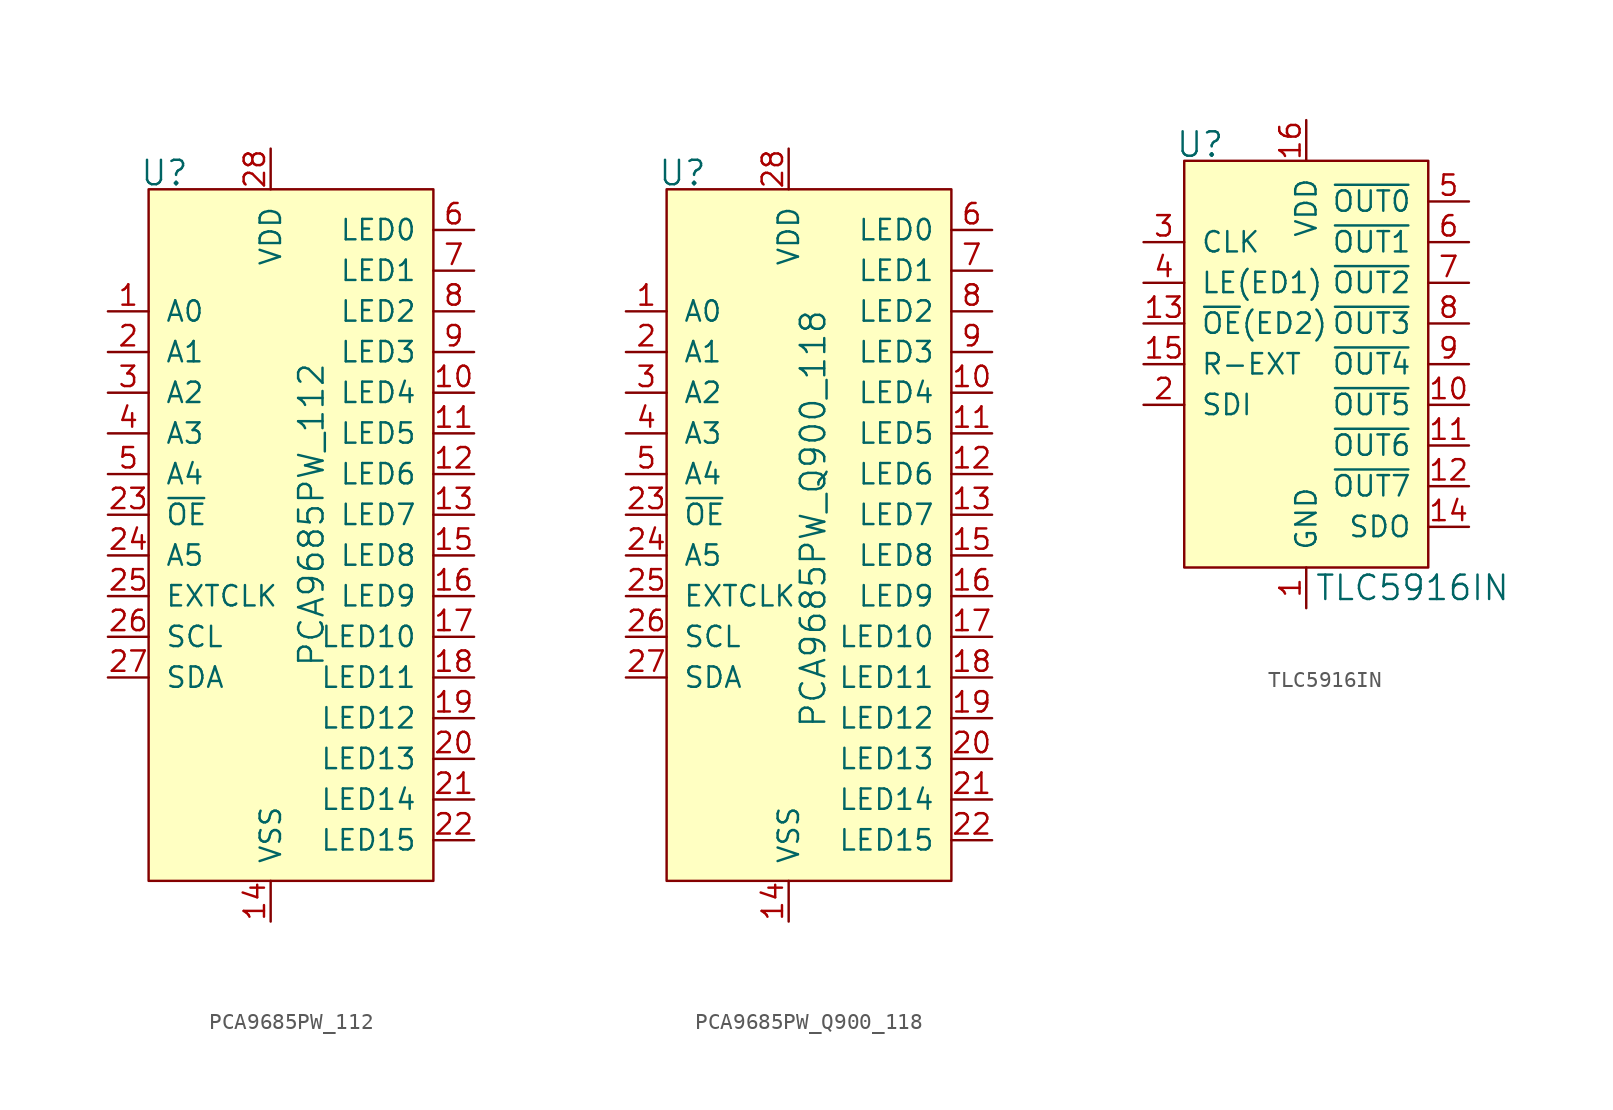
<source format=kicad_sym>
(kicad_symbol_lib
  (version 20201005)
  (generator kicad_symbol_editor)
  (symbol "PCA9685PW_112"
    (pin_names
      (offset 1.016))
    (property "Reference" "U"
      (at -7.62 21.336 0)
      (effects (font (size 1.524 1.524)) (justify right)))
    (property "Value" "PCA9685PW_112"
      (at 0 0 90)
      (effects (font (size 1.524 1.524))))
    (symbol "PCA9685PW_112_0_1"
      (rectangle (start -10.16 20.32) (end 7.62 -22.86) (stroke (width 0)) (fill (type background))))
    (symbol "PCA9685PW_112_1_1"
      (pin input line (at -12.7 12.7 0) (length 2.54) (name "A0" (effects (font (size 1.27 1.27)))) (number "1" (effects (font (size 1.27 1.27)))))
      (pin input line (at -12.7 10.16 0) (length 2.54) (name "A1" (effects (font (size 1.27 1.27)))) (number "2" (effects (font (size 1.27 1.27)))))
      (pin input line (at -12.7 7.62 0) (length 2.54) (name "A2" (effects (font (size 1.27 1.27)))) (number "3" (effects (font (size 1.27 1.27)))))
      (pin input line (at -12.7 5.08 0) (length 2.54) (name "A3" (effects (font (size 1.27 1.27)))) (number "4" (effects (font (size 1.27 1.27)))))
      (pin input line (at -12.7 2.54 0) (length 2.54) (name "A4" (effects (font (size 1.27 1.27)))) (number "5" (effects (font (size 1.27 1.27)))))
      (pin power_out line (at 10.16 17.78 180) (length 2.54) (name "LED0" (effects (font (size 1.27 1.27)))) (number "6" (effects (font (size 1.27 1.27)))))
      (pin power_out line (at 10.16 15.24 180) (length 2.54) (name "LED1" (effects (font (size 1.27 1.27)))) (number "7" (effects (font (size 1.27 1.27)))))
      (pin power_out line (at 10.16 12.7 180) (length 2.54) (name "LED2" (effects (font (size 1.27 1.27)))) (number "8" (effects (font (size 1.27 1.27)))))
      (pin power_out line (at 10.16 10.16 180) (length 2.54) (name "LED3" (effects (font (size 1.27 1.27)))) (number "9" (effects (font (size 1.27 1.27)))))
      (pin power_out line (at 10.16 7.62 180) (length 2.54) (name "LED4" (effects (font (size 1.27 1.27)))) (number "10" (effects (font (size 1.27 1.27)))))
      (pin power_out line (at 10.16 -15.24 180) (length 2.54) (name "LED13" (effects (font (size 1.27 1.27)))) (number "20" (effects (font (size 1.27 1.27)))))
      (pin power_out line (at 10.16 5.08 180) (length 2.54) (name "LED5" (effects (font (size 1.27 1.27)))) (number "11" (effects (font (size 1.27 1.27)))))
      (pin power_out line (at 10.16 -17.78 180) (length 2.54) (name "LED14" (effects (font (size 1.27 1.27)))) (number "21" (effects (font (size 1.27 1.27)))))
      (pin power_out line (at 10.16 2.54 180) (length 2.54) (name "LED6" (effects (font (size 1.27 1.27)))) (number "12" (effects (font (size 1.27 1.27)))))
      (pin power_out line (at 10.16 -20.32 180) (length 2.54) (name "LED15" (effects (font (size 1.27 1.27)))) (number "22" (effects (font (size 1.27 1.27)))))
      (pin power_out line (at 10.16 0 180) (length 2.54) (name "LED7" (effects (font (size 1.27 1.27)))) (number "13" (effects (font (size 1.27 1.27)))))
      (pin input line (at -12.7 0 0) (length 2.54) (name "~OE" (effects (font (size 1.27 1.27)))) (number "23" (effects (font (size 1.27 1.27)))))
      (pin power_in line (at -2.54 -25.4 90) (length 2.54) (name "VSS" (effects (font (size 1.27 1.27)))) (number "14" (effects (font (size 1.27 1.27)))))
      (pin input line (at -12.7 -2.54 0) (length 2.54) (name "A5" (effects (font (size 1.27 1.27)))) (number "24" (effects (font (size 1.27 1.27)))))
      (pin power_out line (at 10.16 -2.54 180) (length 2.54) (name "LED8" (effects (font (size 1.27 1.27)))) (number "15" (effects (font (size 1.27 1.27)))))
      (pin input line (at -12.7 -5.08 0) (length 2.54) (name "EXTCLK" (effects (font (size 1.27 1.27)))) (number "25" (effects (font (size 1.27 1.27)))))
      (pin power_out line (at 10.16 -5.08 180) (length 2.54) (name "LED9" (effects (font (size 1.27 1.27)))) (number "16" (effects (font (size 1.27 1.27)))))
      (pin input line (at -12.7 -7.62 0) (length 2.54) (name "SCL" (effects (font (size 1.27 1.27)))) (number "26" (effects (font (size 1.27 1.27)))))
      (pin power_out line (at 10.16 -7.62 180) (length 2.54) (name "LED10" (effects (font (size 1.27 1.27)))) (number "17" (effects (font (size 1.27 1.27)))))
      (pin bidirectional line (at -12.7 -10.16 0) (length 2.54) (name "SDA" (effects (font (size 1.27 1.27)))) (number "27" (effects (font (size 1.27 1.27)))))
      (pin power_out line (at 10.16 -10.16 180) (length 2.54) (name "LED11" (effects (font (size 1.27 1.27)))) (number "18" (effects (font (size 1.27 1.27)))))
      (pin power_in line (at -2.54 22.86 270) (length 2.54) (name "VDD" (effects (font (size 1.27 1.27)))) (number "28" (effects (font (size 1.27 1.27)))))
      (pin power_out line (at 10.16 -12.7 180) (length 2.54) (name "LED12" (effects (font (size 1.27 1.27)))) (number "19" (effects (font (size 1.27 1.27)))))))
  (symbol "PCA9685PW_Q900_118"
    (pin_names
      (offset 1.016))
    (property "Reference" "U"
      (at -7.62 21.336 0)
      (effects (font (size 1.524 1.524)) (justify right)))
    (property "Value" "PCA9685PW_Q900_118"
      (at -1.016 -0.254 90)
      (effects (font (size 1.524 1.524))))
    (symbol "PCA9685PW_Q900_118_0_1"
      (rectangle (start -10.16 20.32) (end 7.62 -22.86) (stroke (width 0)) (fill (type background))))
    (symbol "PCA9685PW_Q900_118_1_1"
      (pin input line (at -12.7 12.7 0) (length 2.54) (name "A0" (effects (font (size 1.27 1.27)))) (number "1" (effects (font (size 1.27 1.27)))))
      (pin input line (at -12.7 10.16 0) (length 2.54) (name "A1" (effects (font (size 1.27 1.27)))) (number "2" (effects (font (size 1.27 1.27)))))
      (pin input line (at -12.7 7.62 0) (length 2.54) (name "A2" (effects (font (size 1.27 1.27)))) (number "3" (effects (font (size 1.27 1.27)))))
      (pin input line (at -12.7 5.08 0) (length 2.54) (name "A3" (effects (font (size 1.27 1.27)))) (number "4" (effects (font (size 1.27 1.27)))))
      (pin input line (at -12.7 2.54 0) (length 2.54) (name "A4" (effects (font (size 1.27 1.27)))) (number "5" (effects (font (size 1.27 1.27)))))
      (pin power_out line (at 10.16 17.78 180) (length 2.54) (name "LED0" (effects (font (size 1.27 1.27)))) (number "6" (effects (font (size 1.27 1.27)))))
      (pin power_out line (at 10.16 15.24 180) (length 2.54) (name "LED1" (effects (font (size 1.27 1.27)))) (number "7" (effects (font (size 1.27 1.27)))))
      (pin power_out line (at 10.16 12.7 180) (length 2.54) (name "LED2" (effects (font (size 1.27 1.27)))) (number "8" (effects (font (size 1.27 1.27)))))
      (pin power_out line (at 10.16 10.16 180) (length 2.54) (name "LED3" (effects (font (size 1.27 1.27)))) (number "9" (effects (font (size 1.27 1.27)))))
      (pin power_out line (at 10.16 7.62 180) (length 2.54) (name "LED4" (effects (font (size 1.27 1.27)))) (number "10" (effects (font (size 1.27 1.27)))))
      (pin power_out line (at 10.16 -15.24 180) (length 2.54) (name "LED13" (effects (font (size 1.27 1.27)))) (number "20" (effects (font (size 1.27 1.27)))))
      (pin power_out line (at 10.16 5.08 180) (length 2.54) (name "LED5" (effects (font (size 1.27 1.27)))) (number "11" (effects (font (size 1.27 1.27)))))
      (pin power_out line (at 10.16 -17.78 180) (length 2.54) (name "LED14" (effects (font (size 1.27 1.27)))) (number "21" (effects (font (size 1.27 1.27)))))
      (pin power_out line (at 10.16 2.54 180) (length 2.54) (name "LED6" (effects (font (size 1.27 1.27)))) (number "12" (effects (font (size 1.27 1.27)))))
      (pin power_out line (at 10.16 -20.32 180) (length 2.54) (name "LED15" (effects (font (size 1.27 1.27)))) (number "22" (effects (font (size 1.27 1.27)))))
      (pin power_out line (at 10.16 0 180) (length 2.54) (name "LED7" (effects (font (size 1.27 1.27)))) (number "13" (effects (font (size 1.27 1.27)))))
      (pin input line (at -12.7 0 0) (length 2.54) (name "~OE" (effects (font (size 1.27 1.27)))) (number "23" (effects (font (size 1.27 1.27)))))
      (pin power_in line (at -2.54 -25.4 90) (length 2.54) (name "VSS" (effects (font (size 1.27 1.27)))) (number "14" (effects (font (size 1.27 1.27)))))
      (pin input line (at -12.7 -2.54 0) (length 2.54) (name "A5" (effects (font (size 1.27 1.27)))) (number "24" (effects (font (size 1.27 1.27)))))
      (pin power_out line (at 10.16 -2.54 180) (length 2.54) (name "LED8" (effects (font (size 1.27 1.27)))) (number "15" (effects (font (size 1.27 1.27)))))
      (pin input line (at -12.7 -5.08 0) (length 2.54) (name "EXTCLK" (effects (font (size 1.27 1.27)))) (number "25" (effects (font (size 1.27 1.27)))))
      (pin power_out line (at 10.16 -5.08 180) (length 2.54) (name "LED9" (effects (font (size 1.27 1.27)))) (number "16" (effects (font (size 1.27 1.27)))))
      (pin input line (at -12.7 -7.62 0) (length 2.54) (name "SCL" (effects (font (size 1.27 1.27)))) (number "26" (effects (font (size 1.27 1.27)))))
      (pin power_out line (at 10.16 -7.62 180) (length 2.54) (name "LED10" (effects (font (size 1.27 1.27)))) (number "17" (effects (font (size 1.27 1.27)))))
      (pin bidirectional line (at -12.7 -10.16 0) (length 2.54) (name "SDA" (effects (font (size 1.27 1.27)))) (number "27" (effects (font (size 1.27 1.27)))))
      (pin power_out line (at 10.16 -10.16 180) (length 2.54) (name "LED11" (effects (font (size 1.27 1.27)))) (number "18" (effects (font (size 1.27 1.27)))))
      (pin power_in line (at -2.54 22.86 270) (length 2.54) (name "VDD" (effects (font (size 1.27 1.27)))) (number "28" (effects (font (size 1.27 1.27)))))
      (pin power_out line (at 10.16 -12.7 180) (length 2.54) (name "LED12" (effects (font (size 1.27 1.27)))) (number "19" (effects (font (size 1.27 1.27)))))))
  (symbol "TLC5916IN"
    (pin_names
      (offset 1.016))
    (property "Reference" "U"
      (at -5.08 6.096 0)
      (effects (font (size 1.524 1.524)) (justify right)))
    (property "Value" "TLC5916IN"
      (at 0.508 -21.59 0)
      (effects (font (size 1.524 1.524)) (justify left)))
    (symbol "TLC5916IN_0_1"
      (rectangle (start 7.62 5.08) (end -7.62 -20.32) (stroke (width 0)) (fill (type background))))
    (symbol "TLC5916IN_1_1"
      (pin power_in line (at 0 -22.86 90) (length 2.54) (name "GND" (effects (font (size 1.27 1.27)))) (number "1" (effects (font (size 1.27 1.27)))))
      (pin input line (at -10.16 -10.16 0) (length 2.54) (name "SDI" (effects (font (size 1.27 1.27)))) (number "2" (effects (font (size 1.27 1.27)))))
      (pin input line (at -10.16 0 0) (length 2.54) (name "CLK" (effects (font (size 1.27 1.27)))) (number "3" (effects (font (size 1.27 1.27)))))
      (pin input line (at -10.16 -2.54 0) (length 2.54) (name "LE(ED1)" (effects (font (size 1.27 1.27)))) (number "4" (effects (font (size 1.27 1.27)))))
      (pin power_out line (at 10.16 2.54 180) (length 2.54) (name "~OUT0" (effects (font (size 1.27 1.27)))) (number "5" (effects (font (size 1.27 1.27)))))
      (pin power_out line (at 10.16 0 180) (length 2.54) (name "~OUT1" (effects (font (size 1.27 1.27)))) (number "6" (effects (font (size 1.27 1.27)))))
      (pin power_out line (at 10.16 -2.54 180) (length 2.54) (name "~OUT2" (effects (font (size 1.27 1.27)))) (number "7" (effects (font (size 1.27 1.27)))))
      (pin power_out line (at 10.16 -5.08 180) (length 2.54) (name "~OUT3" (effects (font (size 1.27 1.27)))) (number "8" (effects (font (size 1.27 1.27)))))
      (pin power_out line (at 10.16 -7.62 180) (length 2.54) (name "~OUT4" (effects (font (size 1.27 1.27)))) (number "9" (effects (font (size 1.27 1.27)))))
      (pin power_out line (at 10.16 -10.16 180) (length 2.54) (name "~OUT5" (effects (font (size 1.27 1.27)))) (number "10" (effects (font (size 1.27 1.27)))))
      (pin power_out line (at 10.16 -12.7 180) (length 2.54) (name "~OUT6" (effects (font (size 1.27 1.27)))) (number "11" (effects (font (size 1.27 1.27)))))
      (pin power_out line (at 10.16 -15.24 180) (length 2.54) (name "~OUT7" (effects (font (size 1.27 1.27)))) (number "12" (effects (font (size 1.27 1.27)))))
      (pin input line (at -10.16 -5.08 0) (length 2.54) (name "~OE~(ED2)" (effects (font (size 1.27 1.27)))) (number "13" (effects (font (size 1.27 1.27)))))
      (pin power_out line (at 10.16 -17.78 180) (length 2.54) (name "SDO" (effects (font (size 1.27 1.27)))) (number "14" (effects (font (size 1.27 1.27)))))
      (pin passive line (at -10.16 -7.62 0) (length 2.54) (name "R-EXT" (effects (font (size 1.27 1.27)))) (number "15" (effects (font (size 1.27 1.27)))))
      (pin power_in line (at 0 7.62 270) (length 2.54) (name "VDD" (effects (font (size 1.27 1.27)))) (number "16" (effects (font (size 1.27 1.27))))))))
</source>
